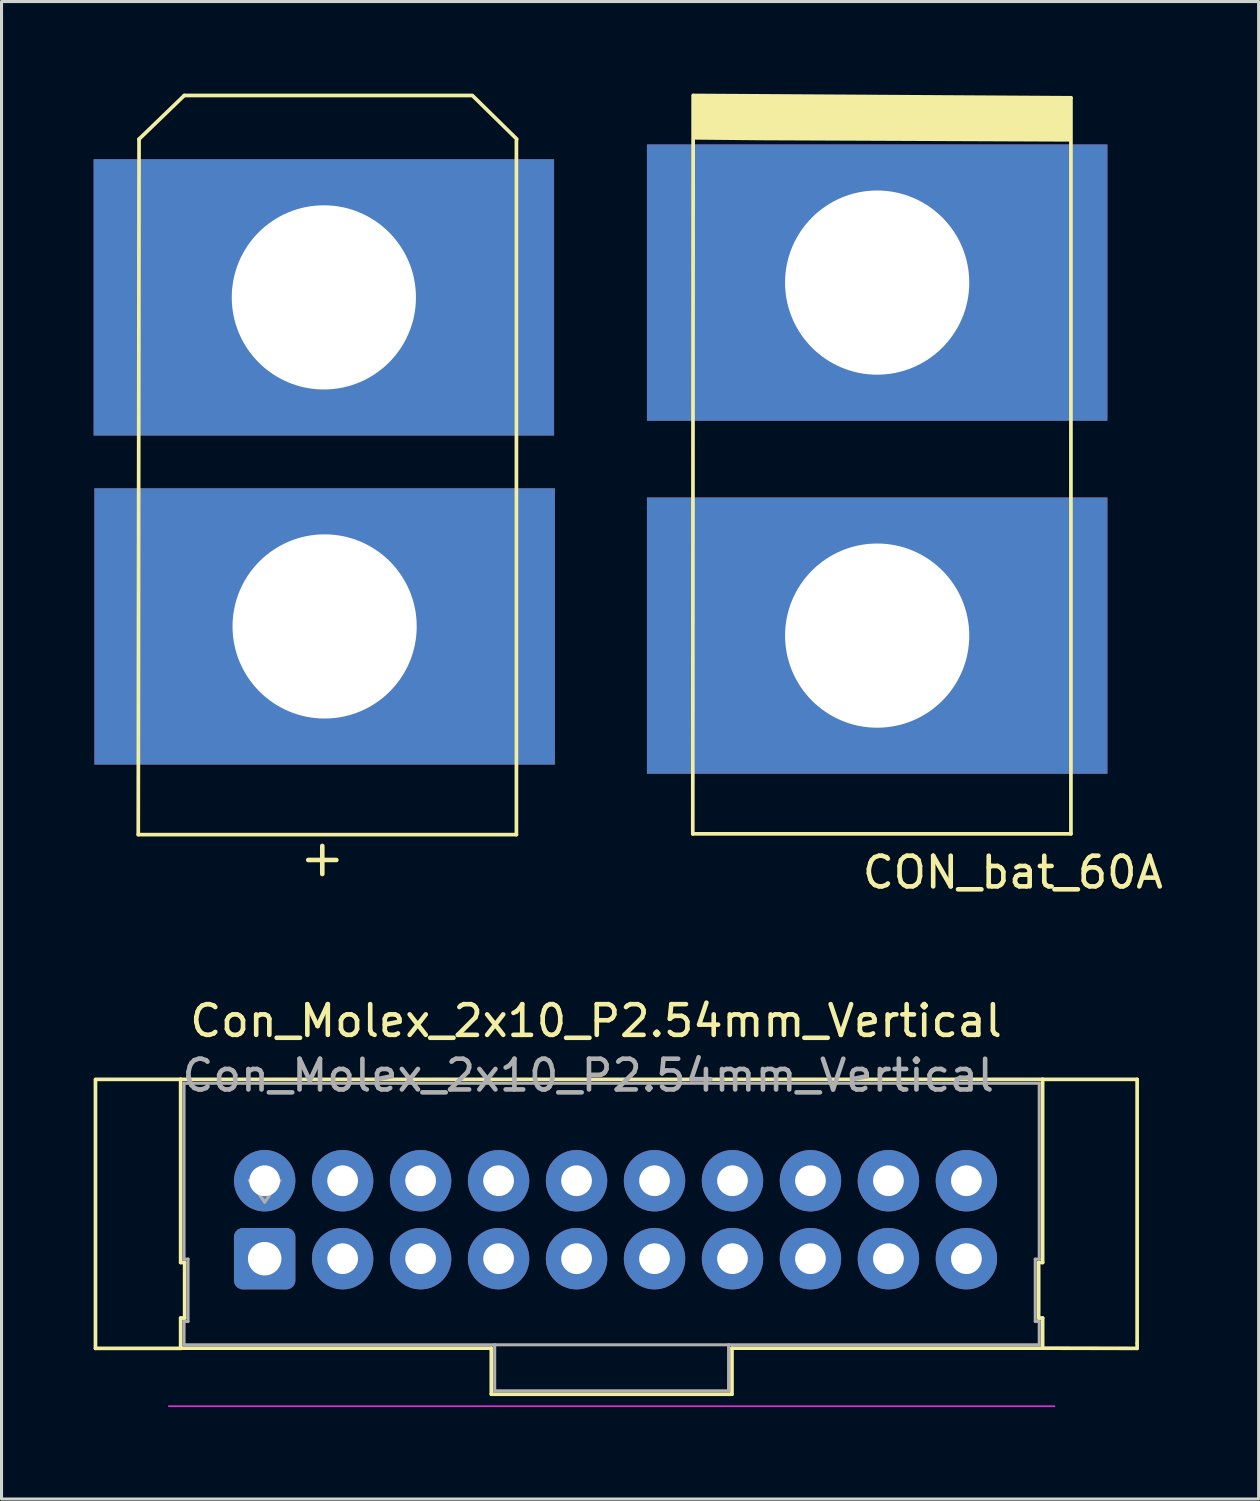
<source format=kicad_pcb>
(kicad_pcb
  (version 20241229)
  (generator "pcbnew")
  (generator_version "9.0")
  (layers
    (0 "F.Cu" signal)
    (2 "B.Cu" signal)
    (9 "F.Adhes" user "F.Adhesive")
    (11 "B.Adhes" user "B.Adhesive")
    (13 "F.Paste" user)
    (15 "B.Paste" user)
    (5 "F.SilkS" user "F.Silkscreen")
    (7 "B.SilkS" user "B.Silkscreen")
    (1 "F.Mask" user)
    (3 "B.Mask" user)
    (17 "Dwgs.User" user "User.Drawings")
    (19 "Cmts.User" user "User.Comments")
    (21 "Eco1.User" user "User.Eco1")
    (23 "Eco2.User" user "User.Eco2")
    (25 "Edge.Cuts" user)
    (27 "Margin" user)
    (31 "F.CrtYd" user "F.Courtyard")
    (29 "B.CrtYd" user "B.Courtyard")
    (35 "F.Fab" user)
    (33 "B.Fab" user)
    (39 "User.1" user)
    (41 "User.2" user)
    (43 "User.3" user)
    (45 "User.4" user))
  (footprint "CON_bat_60A"
    (layer "F.Cu")
    (at 27.748 11.998)
    (property "Reference" "CON_bat_60A" (at 2.197 13.373 180) (layer "F.SilkS") (effects (font (size 1 1) (thickness 0.15))))
    (attr through_hole)
    (fp_line (start -8.23 12.116) (end 4.089 12.116) (stroke (width 0.12) (type solid)) (layer "F.SilkS"))
    (fp_line (start -8.217 -11.938) (end -8.23 12.116) (stroke (width 0.12) (type solid)) (layer "F.SilkS"))
    (fp_line (start 4.089 -11.862) (end -8.204 -11.938) (stroke (width 0.12) (type solid)) (layer "F.SilkS"))
    (fp_line (start 4.089 12.116) (end 4.089 -11.862) (stroke (width 0.12) (type solid)) (layer "F.SilkS"))
    (fp_poly (pts (xy 4.051 -11.827) (xy 4.058 -10.484) (xy -6.02 -10.528) (xy -8.138 -10.549) (xy -8.144 -11.879)) (stroke (width 0.1) (type solid)) (fill yes) (layer "F.SilkS"))
    (pad "1" thru_hole trapezoid (at -2.223 -5.842) (size 15 9) (drill 6) (layers "*.Cu" "*.Mask"))
    (pad "2" thru_hole trapezoid (at -2.223 5.658) (size 15 9) (drill 6) (layers "*.Cu" "*.Mask")))
  (footprint "CON_60A"
    (layer "F.Cu")
    (at 9.684 12.023)
    (property "Reference" "CON_60A" (at -0.203 13.487 180) (layer "F.Mask") (effects (font (size 1 1) (thickness 0.15))))
    (attr through_hole)
    (fp_line (start -8.23 12.116) (end 4.089 12.116) (stroke (width 0.12) (type solid)) (layer "F.SilkS"))
    (fp_line (start -8.204 -10.541) (end -8.23 12.116) (stroke (width 0.12) (type solid)) (layer "F.SilkS"))
    (fp_line (start -8.204 -10.541) (end -6.731 -11.963) (stroke (width 0.12) (type solid)) (layer "F.SilkS"))
    (fp_line (start -6.731 -11.963) (end 2.616 -11.963) (stroke (width 0.12) (type solid)) (layer "F.SilkS"))
    (fp_line (start 4.089 12.116) (end 4.089 -10.49) (stroke (width 0.12) (type solid)) (layer "F.SilkS"))
    (fp_line (start 4.102 -10.541) (end 2.654 -11.963) (stroke (width 0.12) (type solid)) (layer "F.SilkS"))
    (fp_text user "+" (at -2.235 12.852 0) (layer "F.SilkS") (effects (font (size 1.2 1.2) (thickness 0.15))))
    (pad "1" thru_hole trapezoid (at -2.184 -5.385) (size 15 9) (drill 6) (layers "*.Cu" "*.Mask"))
    (pad "2" thru_hole trapezoid (at -2.159 5.334) (size 15 9) (drill 6) (layers "*.Cu" "*.Mask")))
  (footprint "Con_Molex_2x10_P2.54mm_Vertical"
    (layer "F.Cu")
    (at 16.138 36.405)
    (property "Reference" "Con_Molex_2x10_P2.54mm_Vertical" (at 0.229 -6.198 0) (layer "F.SilkS") (effects (font (size 1 1) (thickness 0.15))))
    (attr through_hole)
    (fp_line (start -16.078 4.47) (end -16.078 -4.267) (stroke (width 0.12) (type solid)) (layer "F.SilkS"))
    (fp_line (start -13.303 -4.293) (end -16.078 -4.293) (stroke (width 0.12) (type solid)) (layer "F.SilkS"))
    (fp_line (start -13.303 -4.293) (end -13.303 1.673) (stroke (width 0.12) (type solid)) (layer "F.SilkS"))
    (fp_line (start -13.303 1.673) (end -13.173 1.673) (stroke (width 0.12) (type solid)) (layer "F.SilkS"))
    (fp_line (start -13.303 3.483) (end -13.303 4.463) (stroke (width 0.12) (type solid)) (layer "F.SilkS"))
    (fp_line (start -13.303 4.463) (end -3.183 4.463) (stroke (width 0.12) (type solid)) (layer "F.SilkS"))
    (fp_line (start -13.284 4.47) (end -16.078 4.47) (stroke (width 0.12) (type solid)) (layer "F.SilkS"))
    (fp_line (start -13.173 1.673) (end -13.173 3.483) (stroke (width 0.12) (type solid)) (layer "F.SilkS"))
    (fp_line (start -13.173 3.483) (end -13.303 3.483) (stroke (width 0.12) (type solid)) (layer "F.SilkS"))
    (fp_line (start -3.183 4.463) (end -3.183 5.963) (stroke (width 0.12) (type solid)) (layer "F.SilkS"))
    (fp_line (start -3.183 5.963) (end 4.657 5.963) (stroke (width 0.12) (type solid)) (layer "F.SilkS"))
    (fp_line (start 4.657 4.463) (end 14.777 4.463) (stroke (width 0.12) (type solid)) (layer "F.SilkS"))
    (fp_line (start 4.657 5.963) (end 4.657 4.463) (stroke (width 0.12) (type solid)) (layer "F.SilkS"))
    (fp_line (start 14.647 1.673) (end 14.777 1.673) (stroke (width 0.12) (type solid)) (layer "F.SilkS"))
    (fp_line (start 14.647 3.483) (end 14.647 1.673) (stroke (width 0.12) (type solid)) (layer "F.SilkS"))
    (fp_line (start 14.777 -4.293) (end -13.303 -4.293) (stroke (width 0.12) (type solid)) (layer "F.SilkS"))
    (fp_line (start 14.777 -4.293) (end 17.856 -4.293) (stroke (width 0.12) (type solid)) (layer "F.SilkS"))
    (fp_line (start 14.777 1.673) (end 14.777 -4.293) (stroke (width 0.12) (type solid)) (layer "F.SilkS"))
    (fp_line (start 14.777 3.483) (end 14.647 3.483) (stroke (width 0.12) (type solid)) (layer "F.SilkS"))
    (fp_line (start 14.777 4.463) (end 14.777 3.483) (stroke (width 0.12) (type solid)) (layer "F.SilkS"))
    (fp_line (start 14.777 4.463) (end 17.856 4.47) (stroke (width 0.12) (type solid)) (layer "F.SilkS"))
    (fp_line (start 17.856 -4.293) (end 17.856 4.293) (stroke (width 0.12) (type solid)) (layer "F.SilkS"))
    (fp_line (start 17.856 4.47) (end 17.856 4.318) (stroke (width 0.12) (type solid)) (layer "F.SilkS"))
    (fp_line (start -13.693 6.353) (end 15.167 6.353) (stroke (width 0.05) (type solid)) (layer "F.CrtYd"))
    (fp_line (start -13.193 -4.166) (end -13.193 1.563) (stroke (width 0.1) (type solid)) (layer "F.Fab"))
    (fp_line (start -13.193 1.563) (end -13.063 1.563) (stroke (width 0.1) (type solid)) (layer "F.Fab"))
    (fp_line (start -13.193 3.593) (end -13.193 4.353) (stroke (width 0.1) (type solid)) (layer "F.Fab"))
    (fp_line (start -13.193 4.353) (end 14.667 4.353) (stroke (width 0.1) (type solid)) (layer "F.Fab"))
    (fp_line (start -13.063 1.563) (end -13.063 3.593) (stroke (width 0.1) (type solid)) (layer "F.Fab"))
    (fp_line (start -13.063 3.593) (end -13.193 3.593) (stroke (width 0.1) (type solid)) (layer "F.Fab"))
    (fp_line (start -10.566 -0.293) (end -11.066 -1.001) (stroke (width 0.1) (type solid)) (layer "F.Fab"))
    (fp_line (start -10.066 -1.001) (end -10.566 -0.293) (stroke (width 0.1) (type solid)) (layer "F.Fab"))
    (fp_line (start -3.073 4.353) (end -3.073 5.853) (stroke (width 0.1) (type solid)) (layer "F.Fab"))
    (fp_line (start -3.073 5.853) (end 4.547 5.853) (stroke (width 0.1) (type solid)) (layer "F.Fab"))
    (fp_line (start 4.547 5.853) (end 4.547 4.353) (stroke (width 0.1) (type solid)) (layer "F.Fab"))
    (fp_line (start 14.537 1.563) (end 14.667 1.563) (stroke (width 0.1) (type solid)) (layer "F.Fab"))
    (fp_line (start 14.537 3.593) (end 14.537 1.563) (stroke (width 0.1) (type solid)) (layer "F.Fab"))
    (fp_line (start 14.667 -4.166) (end -13.193 -4.166) (stroke (width 0.1) (type solid)) (layer "F.Fab"))
    (fp_line (start 14.667 1.563) (end 14.667 -4.166) (stroke (width 0.1) (type solid)) (layer "F.Fab"))
    (fp_line (start 14.667 3.593) (end 14.537 3.593) (stroke (width 0.1) (type solid)) (layer "F.Fab"))
    (fp_line (start 14.667 4.353) (end 14.667 3.593) (stroke (width 0.1) (type solid)) (layer "F.Fab"))
    (fp_text user "${REFERENCE}" (at -0.025 -4.42 0) (layer "F.Fab") (effects (font (size 1 1) (thickness 0.15))))
    (pad "1" thru_hole roundrect (at -10.566 1.549) (size 2 2) (drill 1.09) (layers "*.Cu" "*.Mask") (roundrect_rratio 0.144))
    (pad "2" thru_hole circle (at -10.566 -0.991) (size 2 2) (drill 1) (layers "*.Cu" "*.Mask"))
    (pad "3" thru_hole circle (at -8.026 1.549) (size 2 2) (drill 1) (layers "*.Cu" "*.Mask"))
    (pad "4" thru_hole circle (at -8.026 -0.991) (size 2 2) (drill 1) (layers "*.Cu" "*.Mask"))
    (pad "5" thru_hole circle (at -5.486 1.549) (size 2 2) (drill 1) (layers "*.Cu" "*.Mask"))
    (pad "6" thru_hole circle (at -5.486 -0.991) (size 2 2) (drill 1) (layers "*.Cu" "*.Mask"))
    (pad "7" thru_hole circle (at -2.946 1.549) (size 2 2) (drill 1) (layers "*.Cu" "*.Mask"))
    (pad "8" thru_hole circle (at -2.946 -0.991) (size 2 2) (drill 1) (layers "*.Cu" "*.Mask"))
    (pad "9" thru_hole circle (at -0.406 1.549) (size 2 2) (drill 1) (layers "*.Cu" "*.Mask"))
    (pad "10" thru_hole circle (at -0.406 -0.991) (size 2 2) (drill 1) (layers "*.Cu" "*.Mask"))
    (pad "11" thru_hole circle (at 2.134 1.549) (size 2 2) (drill 1) (layers "*.Cu" "*.Mask"))
    (pad "12" thru_hole circle (at 2.134 -0.991) (size 2 2) (drill 1) (layers "*.Cu" "*.Mask"))
    (pad "13" thru_hole circle (at 4.674 1.549) (size 2 2) (drill 1) (layers "*.Cu" "*.Mask"))
    (pad "14" thru_hole circle (at 4.674 -0.991) (size 2 2) (drill 1) (layers "*.Cu" "*.Mask"))
    (pad "15" thru_hole circle (at 7.214 1.549) (size 2 2) (drill 1) (layers "*.Cu" "*.Mask"))
    (pad "16" thru_hole circle (at 7.214 -0.991) (size 2 2) (drill 1) (layers "*.Cu" "*.Mask"))
    (pad "17" thru_hole circle (at 9.754 1.549) (size 2 2) (drill 1) (layers "*.Cu" "*.Mask"))
    (pad "18" thru_hole circle (at 9.754 -0.991) (size 2 2) (drill 1) (layers "*.Cu" "*.Mask"))
    (pad "19" thru_hole circle (at 12.294 1.549) (size 2 2) (drill 1) (layers "*.Cu" "*.Mask"))
    (pad "20" thru_hole circle (at 12.294 -0.991) (size 2 2) (drill 1) (layers "*.Cu" "*.Mask")))
  (gr_rect
    (start -3 -3)
    (end 37.951 45.783)
    (stroke (width 0.1) (type default))
    (fill no)
    (layer "Edge.Cuts")))
</source>
